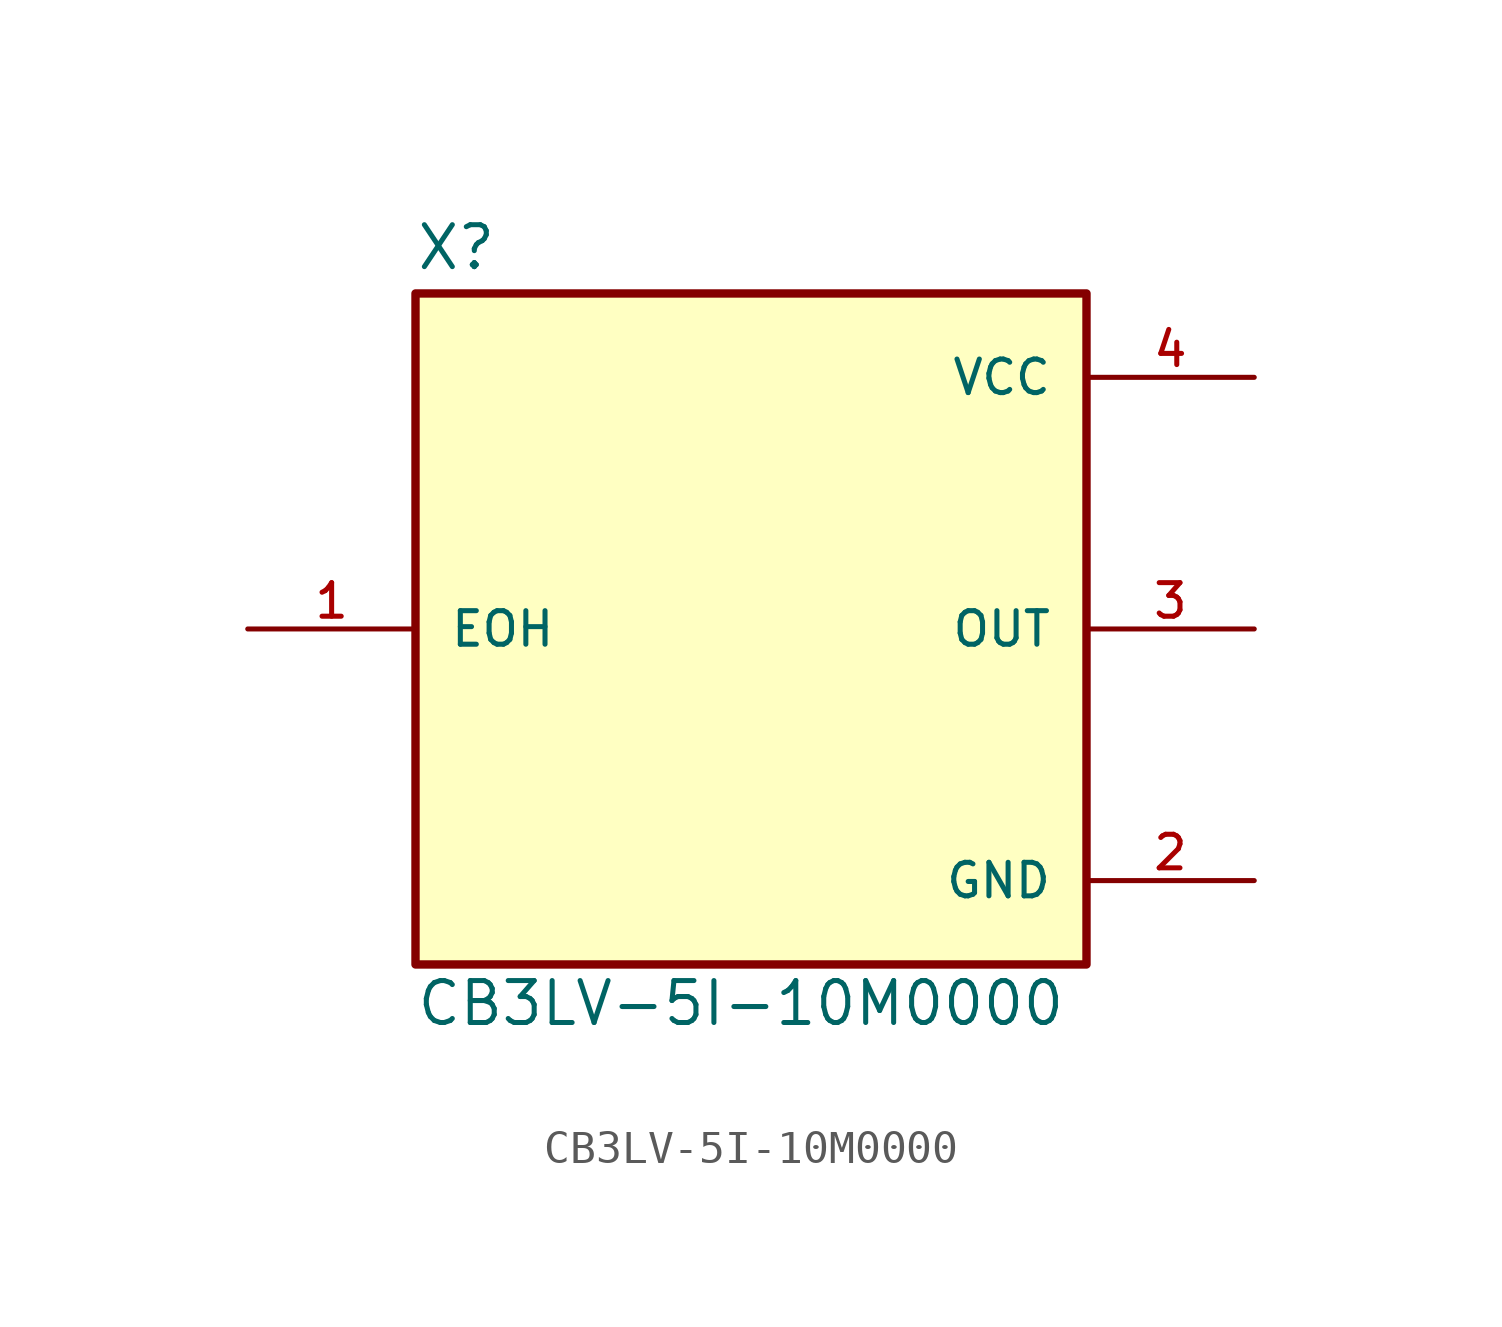
<source format=kicad_sym>
(kicad_symbol_lib
  (version 20220914)
  (generator kicad_symbol_editor)
  (symbol "CB3LV-5I-10M0000"
    (pin_names
      (offset 1.016))
    (property "Reference" "X"
      (at -10.173 10.809 0)
      (effects (font (size 1.27 1.27)) (justify left bottom)))
    (property "Value" "CB3LV-5I-10M0000"
      (at -10.174 -12.081 0)
      (effects (font (size 1.27 1.27)) (justify left bottom)))
    (symbol "CB3LV-5I-10M0000_0_0"
      (rectangle (start -10.16 10.16) (end 10.16 -10.16) (stroke (width 0.254) (type default)) (fill (type background)))
      (pin input line (at -15.24 0 0) (length 5.08) (name "EOH" (effects (font (size 1.016 1.016)))) (number "1" (effects (font (size 1.016 1.016)))))
      (pin passive line (at 15.24 -7.62 180) (length 5.08) (name "GND" (effects (font (size 1.016 1.016)))) (number "2" (effects (font (size 1.016 1.016)))))
      (pin output line (at 15.24 0 180) (length 5.08) (name "OUT" (effects (font (size 1.016 1.016)))) (number "3" (effects (font (size 1.016 1.016)))))
      (pin power_in line (at 15.24 7.62 180) (length 5.08) (name "VCC" (effects (font (size 1.016 1.016)))) (number "4" (effects (font (size 1.016 1.016))))))))
</source>
